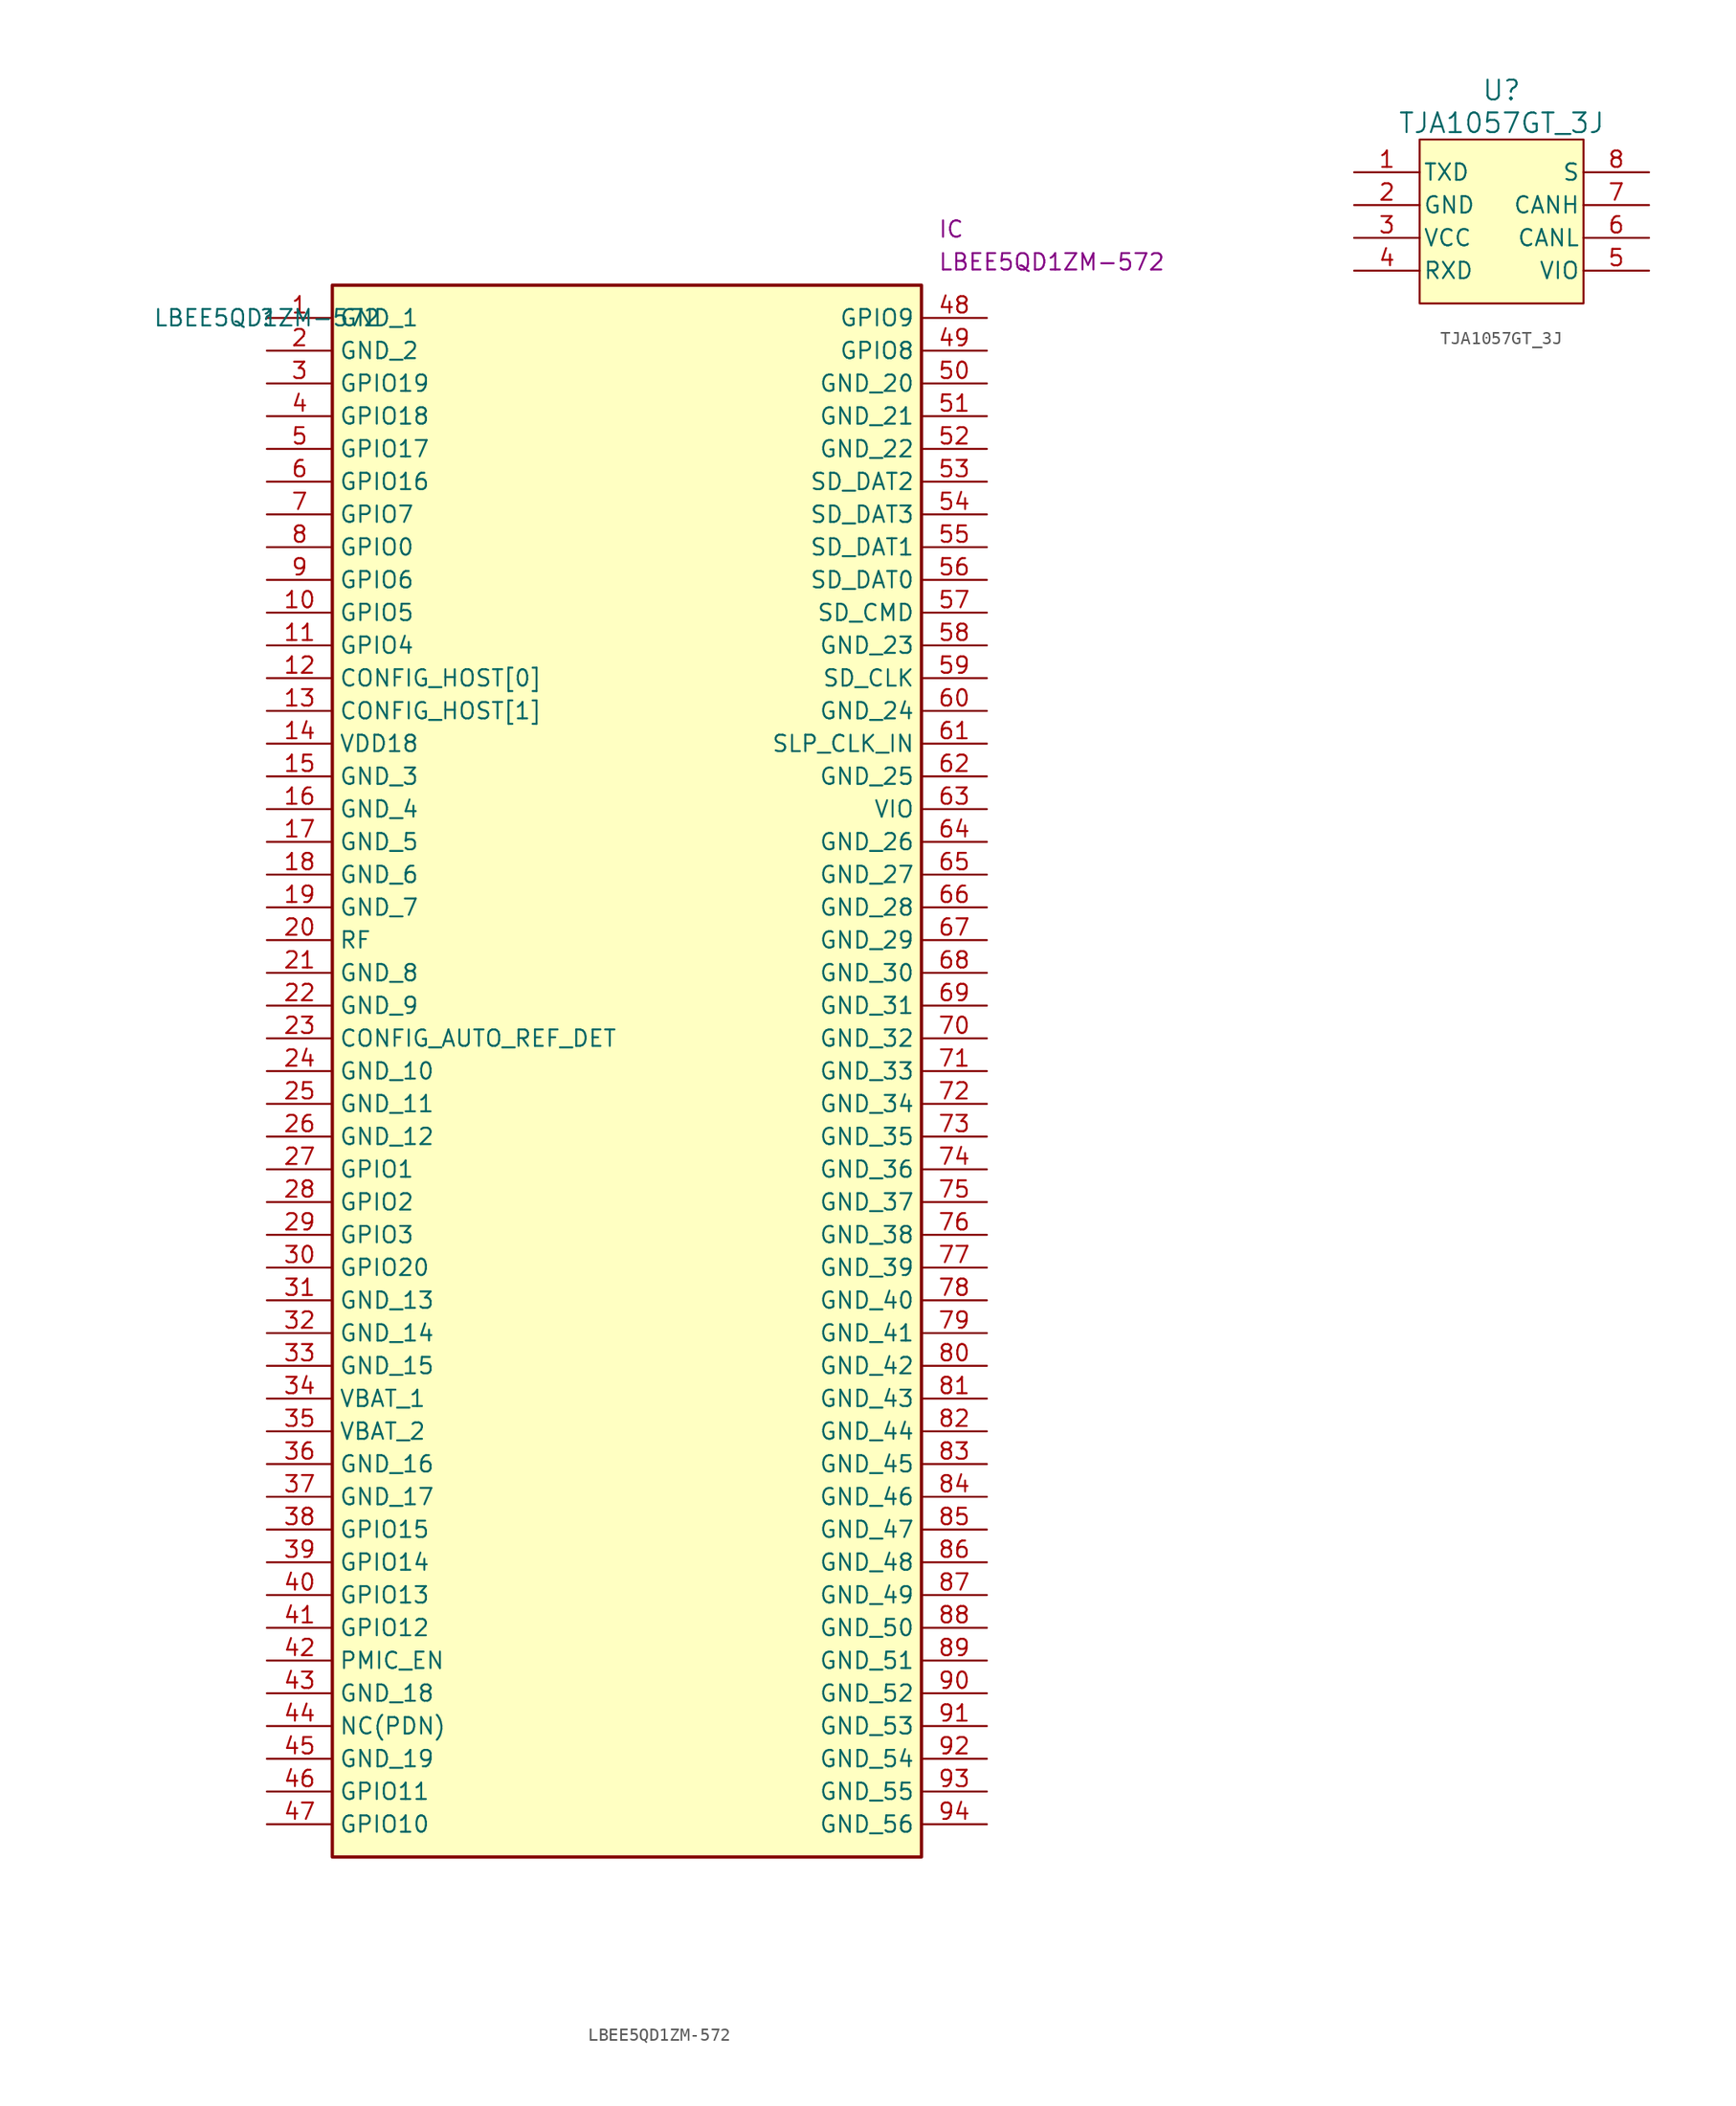
<source format=kicad_sym>
(kicad_symbol_lib
  (version 20211014)
  (generator kicad_symbol_editor)
  (symbol "LBEE5QD1ZM-572"
    (property "Reference" ""
      (at 0 0 0)
      (effects (font (size 1.27 1.27))))
    (property "Value" "LBEE5QD1ZM-572"
      (at 0 0 0)
      (effects (font (size 1.27 1.27))))
    (property "Reference_1" "IC"
      (at 52.07 7.62 0)
      (effects (font (size 1.27 1.27)) (justify left top)))
    (property "Value_1" "LBEE5QD1ZM-572"
      (at 52.07 5.08 0)
      (effects (font (size 1.27 1.27)) (justify left top)))
    (symbol "LBEE5QD1ZM-572_1_1"
      (rectangle (start 5.08 2.54) (end 50.8 -119.38) (stroke (width 0.254) (type default) (color 0 0 0 0)) (fill (type background)))
      (pin passive line (at 0 0 0) (length 5.08) (name "GND_1" (effects (font (size 1.27 1.27)))) (number "1" (effects (font (size 1.27 1.27)))))
      (pin passive line (at 0 -22.86 0) (length 5.08) (name "GPIO5" (effects (font (size 1.27 1.27)))) (number "10" (effects (font (size 1.27 1.27)))))
      (pin passive line (at 0 -25.4 0) (length 5.08) (name "GPIO4" (effects (font (size 1.27 1.27)))) (number "11" (effects (font (size 1.27 1.27)))))
      (pin passive line (at 0 -27.94 0) (length 5.08) (name "CONFIG_HOST[0]" (effects (font (size 1.27 1.27)))) (number "12" (effects (font (size 1.27 1.27)))))
      (pin passive line (at 0 -30.48 0) (length 5.08) (name "CONFIG_HOST[1]" (effects (font (size 1.27 1.27)))) (number "13" (effects (font (size 1.27 1.27)))))
      (pin passive line (at 0 -33.02 0) (length 5.08) (name "VDD18" (effects (font (size 1.27 1.27)))) (number "14" (effects (font (size 1.27 1.27)))))
      (pin passive line (at 0 -35.56 0) (length 5.08) (name "GND_3" (effects (font (size 1.27 1.27)))) (number "15" (effects (font (size 1.27 1.27)))))
      (pin passive line (at 0 -38.1 0) (length 5.08) (name "GND_4" (effects (font (size 1.27 1.27)))) (number "16" (effects (font (size 1.27 1.27)))))
      (pin passive line (at 0 -40.64 0) (length 5.08) (name "GND_5" (effects (font (size 1.27 1.27)))) (number "17" (effects (font (size 1.27 1.27)))))
      (pin passive line (at 0 -43.18 0) (length 5.08) (name "GND_6" (effects (font (size 1.27 1.27)))) (number "18" (effects (font (size 1.27 1.27)))))
      (pin passive line (at 0 -45.72 0) (length 5.08) (name "GND_7" (effects (font (size 1.27 1.27)))) (number "19" (effects (font (size 1.27 1.27)))))
      (pin passive line (at 0 -2.54 0) (length 5.08) (name "GND_2" (effects (font (size 1.27 1.27)))) (number "2" (effects (font (size 1.27 1.27)))))
      (pin passive line (at 0 -48.26 0) (length 5.08) (name "RF" (effects (font (size 1.27 1.27)))) (number "20" (effects (font (size 1.27 1.27)))))
      (pin passive line (at 0 -50.8 0) (length 5.08) (name "GND_8" (effects (font (size 1.27 1.27)))) (number "21" (effects (font (size 1.27 1.27)))))
      (pin passive line (at 0 -53.34 0) (length 5.08) (name "GND_9" (effects (font (size 1.27 1.27)))) (number "22" (effects (font (size 1.27 1.27)))))
      (pin passive line (at 0 -55.88 0) (length 5.08) (name "CONFIG_AUTO_REF_DET" (effects (font (size 1.27 1.27)))) (number "23" (effects (font (size 1.27 1.27)))))
      (pin passive line (at 0 -58.42 0) (length 5.08) (name "GND_10" (effects (font (size 1.27 1.27)))) (number "24" (effects (font (size 1.27 1.27)))))
      (pin passive line (at 0 -60.96 0) (length 5.08) (name "GND_11" (effects (font (size 1.27 1.27)))) (number "25" (effects (font (size 1.27 1.27)))))
      (pin passive line (at 0 -63.5 0) (length 5.08) (name "GND_12" (effects (font (size 1.27 1.27)))) (number "26" (effects (font (size 1.27 1.27)))))
      (pin passive line (at 0 -66.04 0) (length 5.08) (name "GPIO1" (effects (font (size 1.27 1.27)))) (number "27" (effects (font (size 1.27 1.27)))))
      (pin passive line (at 0 -68.58 0) (length 5.08) (name "GPIO2" (effects (font (size 1.27 1.27)))) (number "28" (effects (font (size 1.27 1.27)))))
      (pin passive line (at 0 -71.12 0) (length 5.08) (name "GPIO3" (effects (font (size 1.27 1.27)))) (number "29" (effects (font (size 1.27 1.27)))))
      (pin passive line (at 0 -5.08 0) (length 5.08) (name "GPIO19" (effects (font (size 1.27 1.27)))) (number "3" (effects (font (size 1.27 1.27)))))
      (pin passive line (at 0 -73.66 0) (length 5.08) (name "GPIO20" (effects (font (size 1.27 1.27)))) (number "30" (effects (font (size 1.27 1.27)))))
      (pin passive line (at 0 -76.2 0) (length 5.08) (name "GND_13" (effects (font (size 1.27 1.27)))) (number "31" (effects (font (size 1.27 1.27)))))
      (pin passive line (at 0 -78.74 0) (length 5.08) (name "GND_14" (effects (font (size 1.27 1.27)))) (number "32" (effects (font (size 1.27 1.27)))))
      (pin passive line (at 0 -81.28 0) (length 5.08) (name "GND_15" (effects (font (size 1.27 1.27)))) (number "33" (effects (font (size 1.27 1.27)))))
      (pin passive line (at 0 -83.82 0) (length 5.08) (name "VBAT_1" (effects (font (size 1.27 1.27)))) (number "34" (effects (font (size 1.27 1.27)))))
      (pin passive line (at 0 -86.36 0) (length 5.08) (name "VBAT_2" (effects (font (size 1.27 1.27)))) (number "35" (effects (font (size 1.27 1.27)))))
      (pin passive line (at 0 -88.9 0) (length 5.08) (name "GND_16" (effects (font (size 1.27 1.27)))) (number "36" (effects (font (size 1.27 1.27)))))
      (pin passive line (at 0 -91.44 0) (length 5.08) (name "GND_17" (effects (font (size 1.27 1.27)))) (number "37" (effects (font (size 1.27 1.27)))))
      (pin passive line (at 0 -93.98 0) (length 5.08) (name "GPIO15" (effects (font (size 1.27 1.27)))) (number "38" (effects (font (size 1.27 1.27)))))
      (pin passive line (at 0 -96.52 0) (length 5.08) (name "GPIO14" (effects (font (size 1.27 1.27)))) (number "39" (effects (font (size 1.27 1.27)))))
      (pin passive line (at 0 -7.62 0) (length 5.08) (name "GPIO18" (effects (font (size 1.27 1.27)))) (number "4" (effects (font (size 1.27 1.27)))))
      (pin passive line (at 0 -99.06 0) (length 5.08) (name "GPIO13" (effects (font (size 1.27 1.27)))) (number "40" (effects (font (size 1.27 1.27)))))
      (pin passive line (at 0 -101.6 0) (length 5.08) (name "GPIO12" (effects (font (size 1.27 1.27)))) (number "41" (effects (font (size 1.27 1.27)))))
      (pin passive line (at 0 -104.14 0) (length 5.08) (name "PMIC_EN" (effects (font (size 1.27 1.27)))) (number "42" (effects (font (size 1.27 1.27)))))
      (pin passive line (at 0 -106.68 0) (length 5.08) (name "GND_18" (effects (font (size 1.27 1.27)))) (number "43" (effects (font (size 1.27 1.27)))))
      (pin passive line (at 0 -109.22 0) (length 5.08) (name "NC(PDN)" (effects (font (size 1.27 1.27)))) (number "44" (effects (font (size 1.27 1.27)))))
      (pin passive line (at 0 -111.76 0) (length 5.08) (name "GND_19" (effects (font (size 1.27 1.27)))) (number "45" (effects (font (size 1.27 1.27)))))
      (pin passive line (at 0 -114.3 0) (length 5.08) (name "GPIO11" (effects (font (size 1.27 1.27)))) (number "46" (effects (font (size 1.27 1.27)))))
      (pin passive line (at 0 -116.84 0) (length 5.08) (name "GPIO10" (effects (font (size 1.27 1.27)))) (number "47" (effects (font (size 1.27 1.27)))))
      (pin passive line (at 55.88 0 180) (length 5.08) (name "GPIO9" (effects (font (size 1.27 1.27)))) (number "48" (effects (font (size 1.27 1.27)))))
      (pin passive line (at 55.88 -2.54 180) (length 5.08) (name "GPIO8" (effects (font (size 1.27 1.27)))) (number "49" (effects (font (size 1.27 1.27)))))
      (pin passive line (at 0 -10.16 0) (length 5.08) (name "GPIO17" (effects (font (size 1.27 1.27)))) (number "5" (effects (font (size 1.27 1.27)))))
      (pin passive line (at 55.88 -5.08 180) (length 5.08) (name "GND_20" (effects (font (size 1.27 1.27)))) (number "50" (effects (font (size 1.27 1.27)))))
      (pin passive line (at 55.88 -7.62 180) (length 5.08) (name "GND_21" (effects (font (size 1.27 1.27)))) (number "51" (effects (font (size 1.27 1.27)))))
      (pin passive line (at 55.88 -10.16 180) (length 5.08) (name "GND_22" (effects (font (size 1.27 1.27)))) (number "52" (effects (font (size 1.27 1.27)))))
      (pin passive line (at 55.88 -12.7 180) (length 5.08) (name "SD_DAT2" (effects (font (size 1.27 1.27)))) (number "53" (effects (font (size 1.27 1.27)))))
      (pin passive line (at 55.88 -15.24 180) (length 5.08) (name "SD_DAT3" (effects (font (size 1.27 1.27)))) (number "54" (effects (font (size 1.27 1.27)))))
      (pin passive line (at 55.88 -17.78 180) (length 5.08) (name "SD_DAT1" (effects (font (size 1.27 1.27)))) (number "55" (effects (font (size 1.27 1.27)))))
      (pin passive line (at 55.88 -20.32 180) (length 5.08) (name "SD_DAT0" (effects (font (size 1.27 1.27)))) (number "56" (effects (font (size 1.27 1.27)))))
      (pin passive line (at 55.88 -22.86 180) (length 5.08) (name "SD_CMD" (effects (font (size 1.27 1.27)))) (number "57" (effects (font (size 1.27 1.27)))))
      (pin passive line (at 55.88 -25.4 180) (length 5.08) (name "GND_23" (effects (font (size 1.27 1.27)))) (number "58" (effects (font (size 1.27 1.27)))))
      (pin passive line (at 55.88 -27.94 180) (length 5.08) (name "SD_CLK" (effects (font (size 1.27 1.27)))) (number "59" (effects (font (size 1.27 1.27)))))
      (pin passive line (at 0 -12.7 0) (length 5.08) (name "GPIO16" (effects (font (size 1.27 1.27)))) (number "6" (effects (font (size 1.27 1.27)))))
      (pin passive line (at 55.88 -30.48 180) (length 5.08) (name "GND_24" (effects (font (size 1.27 1.27)))) (number "60" (effects (font (size 1.27 1.27)))))
      (pin passive line (at 55.88 -33.02 180) (length 5.08) (name "SLP_CLK_IN" (effects (font (size 1.27 1.27)))) (number "61" (effects (font (size 1.27 1.27)))))
      (pin passive line (at 55.88 -35.56 180) (length 5.08) (name "GND_25" (effects (font (size 1.27 1.27)))) (number "62" (effects (font (size 1.27 1.27)))))
      (pin passive line (at 55.88 -38.1 180) (length 5.08) (name "VIO" (effects (font (size 1.27 1.27)))) (number "63" (effects (font (size 1.27 1.27)))))
      (pin passive line (at 55.88 -40.64 180) (length 5.08) (name "GND_26" (effects (font (size 1.27 1.27)))) (number "64" (effects (font (size 1.27 1.27)))))
      (pin passive line (at 55.88 -43.18 180) (length 5.08) (name "GND_27" (effects (font (size 1.27 1.27)))) (number "65" (effects (font (size 1.27 1.27)))))
      (pin passive line (at 55.88 -45.72 180) (length 5.08) (name "GND_28" (effects (font (size 1.27 1.27)))) (number "66" (effects (font (size 1.27 1.27)))))
      (pin passive line (at 55.88 -48.26 180) (length 5.08) (name "GND_29" (effects (font (size 1.27 1.27)))) (number "67" (effects (font (size 1.27 1.27)))))
      (pin passive line (at 55.88 -50.8 180) (length 5.08) (name "GND_30" (effects (font (size 1.27 1.27)))) (number "68" (effects (font (size 1.27 1.27)))))
      (pin passive line (at 55.88 -53.34 180) (length 5.08) (name "GND_31" (effects (font (size 1.27 1.27)))) (number "69" (effects (font (size 1.27 1.27)))))
      (pin passive line (at 0 -15.24 0) (length 5.08) (name "GPIO7" (effects (font (size 1.27 1.27)))) (number "7" (effects (font (size 1.27 1.27)))))
      (pin passive line (at 55.88 -55.88 180) (length 5.08) (name "GND_32" (effects (font (size 1.27 1.27)))) (number "70" (effects (font (size 1.27 1.27)))))
      (pin passive line (at 55.88 -58.42 180) (length 5.08) (name "GND_33" (effects (font (size 1.27 1.27)))) (number "71" (effects (font (size 1.27 1.27)))))
      (pin passive line (at 55.88 -60.96 180) (length 5.08) (name "GND_34" (effects (font (size 1.27 1.27)))) (number "72" (effects (font (size 1.27 1.27)))))
      (pin passive line (at 55.88 -63.5 180) (length 5.08) (name "GND_35" (effects (font (size 1.27 1.27)))) (number "73" (effects (font (size 1.27 1.27)))))
      (pin passive line (at 55.88 -66.04 180) (length 5.08) (name "GND_36" (effects (font (size 1.27 1.27)))) (number "74" (effects (font (size 1.27 1.27)))))
      (pin passive line (at 55.88 -68.58 180) (length 5.08) (name "GND_37" (effects (font (size 1.27 1.27)))) (number "75" (effects (font (size 1.27 1.27)))))
      (pin passive line (at 55.88 -71.12 180) (length 5.08) (name "GND_38" (effects (font (size 1.27 1.27)))) (number "76" (effects (font (size 1.27 1.27)))))
      (pin passive line (at 55.88 -73.66 180) (length 5.08) (name "GND_39" (effects (font (size 1.27 1.27)))) (number "77" (effects (font (size 1.27 1.27)))))
      (pin passive line (at 55.88 -76.2 180) (length 5.08) (name "GND_40" (effects (font (size 1.27 1.27)))) (number "78" (effects (font (size 1.27 1.27)))))
      (pin passive line (at 55.88 -78.74 180) (length 5.08) (name "GND_41" (effects (font (size 1.27 1.27)))) (number "79" (effects (font (size 1.27 1.27)))))
      (pin passive line (at 0 -17.78 0) (length 5.08) (name "GPIO0" (effects (font (size 1.27 1.27)))) (number "8" (effects (font (size 1.27 1.27)))))
      (pin passive line (at 55.88 -81.28 180) (length 5.08) (name "GND_42" (effects (font (size 1.27 1.27)))) (number "80" (effects (font (size 1.27 1.27)))))
      (pin passive line (at 55.88 -83.82 180) (length 5.08) (name "GND_43" (effects (font (size 1.27 1.27)))) (number "81" (effects (font (size 1.27 1.27)))))
      (pin passive line (at 55.88 -86.36 180) (length 5.08) (name "GND_44" (effects (font (size 1.27 1.27)))) (number "82" (effects (font (size 1.27 1.27)))))
      (pin passive line (at 55.88 -88.9 180) (length 5.08) (name "GND_45" (effects (font (size 1.27 1.27)))) (number "83" (effects (font (size 1.27 1.27)))))
      (pin passive line (at 55.88 -91.44 180) (length 5.08) (name "GND_46" (effects (font (size 1.27 1.27)))) (number "84" (effects (font (size 1.27 1.27)))))
      (pin passive line (at 55.88 -93.98 180) (length 5.08) (name "GND_47" (effects (font (size 1.27 1.27)))) (number "85" (effects (font (size 1.27 1.27)))))
      (pin passive line (at 55.88 -96.52 180) (length 5.08) (name "GND_48" (effects (font (size 1.27 1.27)))) (number "86" (effects (font (size 1.27 1.27)))))
      (pin passive line (at 55.88 -99.06 180) (length 5.08) (name "GND_49" (effects (font (size 1.27 1.27)))) (number "87" (effects (font (size 1.27 1.27)))))
      (pin passive line (at 55.88 -101.6 180) (length 5.08) (name "GND_50" (effects (font (size 1.27 1.27)))) (number "88" (effects (font (size 1.27 1.27)))))
      (pin passive line (at 55.88 -104.14 180) (length 5.08) (name "GND_51" (effects (font (size 1.27 1.27)))) (number "89" (effects (font (size 1.27 1.27)))))
      (pin passive line (at 0 -20.32 0) (length 5.08) (name "GPIO6" (effects (font (size 1.27 1.27)))) (number "9" (effects (font (size 1.27 1.27)))))
      (pin passive line (at 55.88 -106.68 180) (length 5.08) (name "GND_52" (effects (font (size 1.27 1.27)))) (number "90" (effects (font (size 1.27 1.27)))))
      (pin passive line (at 55.88 -109.22 180) (length 5.08) (name "GND_53" (effects (font (size 1.27 1.27)))) (number "91" (effects (font (size 1.27 1.27)))))
      (pin passive line (at 55.88 -111.76 180) (length 5.08) (name "GND_54" (effects (font (size 1.27 1.27)))) (number "92" (effects (font (size 1.27 1.27)))))
      (pin passive line (at 55.88 -114.3 180) (length 5.08) (name "GND_55" (effects (font (size 1.27 1.27)))) (number "93" (effects (font (size 1.27 1.27)))))
      (pin passive line (at 55.88 -116.84 180) (length 5.08) (name "GND_56" (effects (font (size 1.27 1.27)))) (number "94" (effects (font (size 1.27 1.27)))))))
  (symbol "TJA1057GT_3J"
    (pin_names
      (offset 0.254))
    (property "Reference" "U"
      (at 0 10.16 0)
      (effects (font (size 1.524 1.524))))
    (property "Value" "TJA1057GT_3J"
      (at 0 7.62 0)
      (effects (font (size 1.524 1.524))))
    (symbol "TJA1057GT_3J_0_1"
      (pin input line (at -11.43 3.81 0) (length 5.08) (name "TXD" (effects (font (size 1.27 1.27)))) (number "1" (effects (font (size 1.27 1.27)))))
      (pin power_out line (at -11.43 1.27 0) (length 5.08) (name "GND" (effects (font (size 1.27 1.27)))) (number "2" (effects (font (size 1.27 1.27)))))
      (pin power_in line (at -11.43 -1.27 0) (length 5.08) (name "VCC" (effects (font (size 1.27 1.27)))) (number "3" (effects (font (size 1.27 1.27)))))
      (pin output line (at -11.43 -3.81 0) (length 5.08) (name "RXD" (effects (font (size 1.27 1.27)))) (number "4" (effects (font (size 1.27 1.27)))))
      (pin power_in line (at 11.43 -3.81 180) (length 5.08) (name "VIO" (effects (font (size 1.27 1.27)))) (number "5" (effects (font (size 1.27 1.27)))))
      (pin unspecified line (at 11.43 -1.27 180) (length 5.08) (name "CANL" (effects (font (size 1.27 1.27)))) (number "6" (effects (font (size 1.27 1.27)))))
      (pin unspecified line (at 11.43 1.27 180) (length 5.08) (name "CANH" (effects (font (size 1.27 1.27)))) (number "7" (effects (font (size 1.27 1.27)))))
      (pin input line (at 11.43 3.81 180) (length 5.08) (name "S" (effects (font (size 1.27 1.27)))) (number "8" (effects (font (size 1.27 1.27))))))
    (symbol "TJA1057GT_3J_1_1"
      (rectangle (start -6.35 6.35) (end 6.35 -6.35) (stroke (width 0) (type default) (color 0 0 0 0)) (fill (type background))))))
</source>
